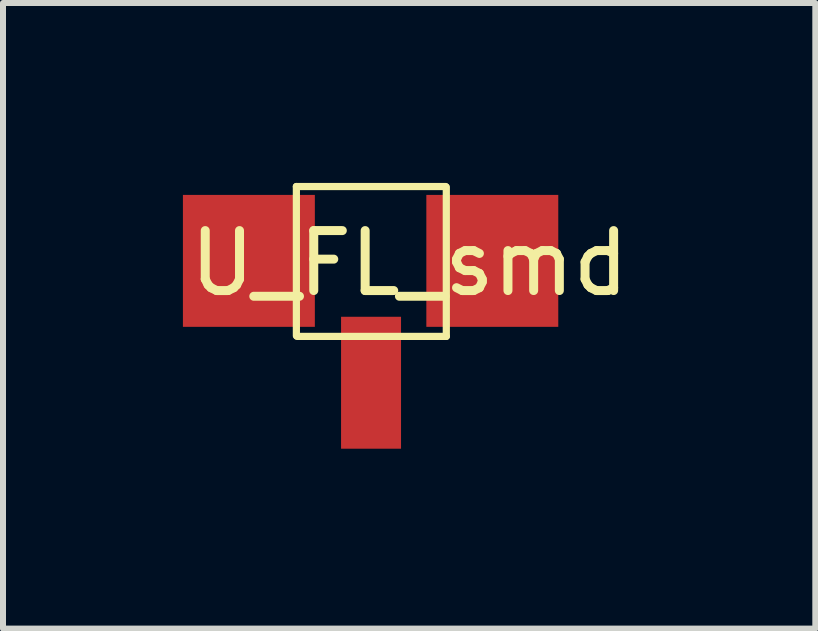
<source format=kicad_pcb>
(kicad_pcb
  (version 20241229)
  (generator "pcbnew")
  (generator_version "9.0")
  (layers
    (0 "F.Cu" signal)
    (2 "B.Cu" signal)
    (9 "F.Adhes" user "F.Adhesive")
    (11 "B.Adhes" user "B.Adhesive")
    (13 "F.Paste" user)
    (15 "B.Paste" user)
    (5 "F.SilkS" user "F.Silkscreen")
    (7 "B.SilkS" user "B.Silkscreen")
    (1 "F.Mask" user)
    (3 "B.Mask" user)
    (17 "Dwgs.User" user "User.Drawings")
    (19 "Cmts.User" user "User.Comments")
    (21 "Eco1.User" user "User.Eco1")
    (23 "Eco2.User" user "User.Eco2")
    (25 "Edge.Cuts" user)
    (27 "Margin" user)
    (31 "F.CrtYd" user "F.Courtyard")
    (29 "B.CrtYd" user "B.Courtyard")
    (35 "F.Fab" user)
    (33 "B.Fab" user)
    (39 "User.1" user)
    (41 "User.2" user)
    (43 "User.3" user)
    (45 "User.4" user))
  (footprint "U_FL_smd"
    (layer "F.Cu")
    (at 3.137 1.33)
    (property "Reference" "U_FL_smd" (at 0.64 0.01 0) (layer "F.SilkS") (effects (font (size 1 1) (thickness 0.15))))
    (attr through_hole)
    (fp_line (start -1.245 -1.27) (end 1.245 -1.27) (stroke (width 0.12) (type solid)) (layer "F.SilkS"))
    (fp_line (start -1.245 1.219) (end -1.245 -1.27) (stroke (width 0.12) (type solid)) (layer "F.SilkS"))
    (fp_line (start 1.255 1.229) (end -1.234 1.229) (stroke (width 0.12) (type solid)) (layer "F.SilkS"))
    (fp_line (start 1.255 1.229) (end 1.255 -1.26) (stroke (width 0.12) (type solid)) (layer "F.SilkS"))
    (pad "1" smd rect (at 0 2.002) (size 1 2.2) (layers "F.Cu" "F.Mask" "F.Paste"))
    (pad "2" smd rect (at -2.037 -0.03) (size 2.2 2.2) (layers "F.Cu" "F.Mask" "F.Paste"))
    (pad "3" smd rect (at 2.022 -0.03) (size 2.2 2.2) (layers "F.Cu" "F.Mask" "F.Paste")))
  (gr_rect
    (start -3 -3)
    (end 10.545 7.432)
    (stroke (width 0.1) (type default))
    (fill no)
    (layer "Edge.Cuts")))
</source>
